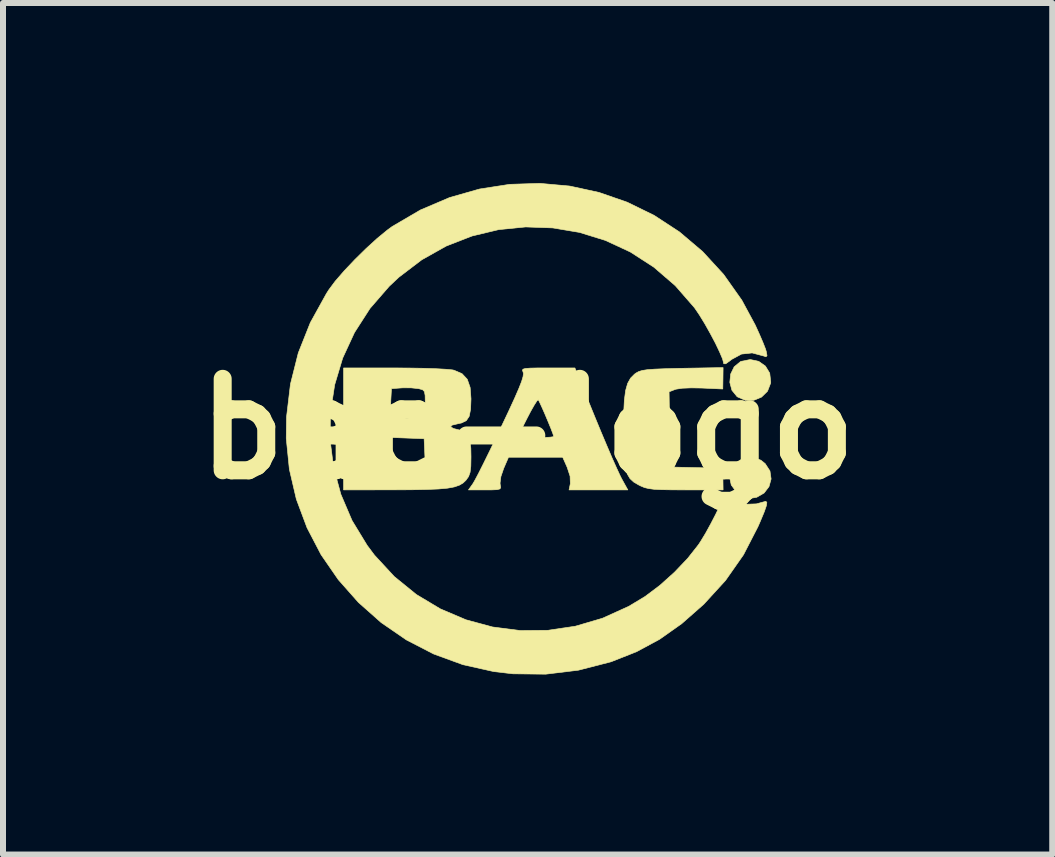
<source format=kicad_pcb>
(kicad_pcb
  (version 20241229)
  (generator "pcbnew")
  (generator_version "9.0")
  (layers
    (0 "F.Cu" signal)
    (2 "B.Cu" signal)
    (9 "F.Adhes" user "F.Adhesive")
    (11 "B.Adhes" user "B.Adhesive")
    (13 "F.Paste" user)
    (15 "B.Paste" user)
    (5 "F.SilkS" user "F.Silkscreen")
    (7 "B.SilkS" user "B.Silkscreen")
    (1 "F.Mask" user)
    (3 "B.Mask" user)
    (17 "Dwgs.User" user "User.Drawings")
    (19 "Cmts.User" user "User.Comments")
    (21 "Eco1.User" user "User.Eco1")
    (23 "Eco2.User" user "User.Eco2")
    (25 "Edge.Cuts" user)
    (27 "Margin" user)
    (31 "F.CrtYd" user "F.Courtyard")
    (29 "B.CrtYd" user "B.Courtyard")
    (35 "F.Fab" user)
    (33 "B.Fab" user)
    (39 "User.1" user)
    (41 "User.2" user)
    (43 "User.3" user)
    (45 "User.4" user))
  (footprint "bac-logo"
    (layer "F.Cu")
    (at 5.74 4.096)
    (property "Reference" "bac-logo" (at 0 0 0) (layer "F.SilkS") (effects (font (size 1.524 1.524) (thickness 0.3))))
    (attr through_hole)
    (fp_poly (pts (xy 3.888 0.522) (xy 3.958 0.578) (xy 4.038 0.701) (xy 4.057 0.834) (xy 4.022 0.961) (xy 3.94 1.068) (xy 3.817 1.139) (xy 3.685 1.161) (xy 3.6 1.137) (xy 3.504 1.077) (xy 3.486 1.061) (xy 3.393 0.934) (xy 3.363 0.794) (xy 3.398 0.656) (xy 3.471 0.561) (xy 3.602 0.483) (xy 3.747 0.471) (xy 3.888 0.522)) (stroke (width 0.01) (type solid)) (fill yes) (layer "F.SilkS"))
    (fp_poly (pts (xy 3.85 -1.126) (xy 3.962 -1.047) (xy 4.034 -0.929) (xy 4.051 -0.781) (xy 4.049 -0.762) (xy 3.997 -0.628) (xy 3.897 -0.53) (xy 3.768 -0.477) (xy 3.628 -0.476) (xy 3.496 -0.534) (xy 3.49 -0.538) (xy 3.404 -0.644) (xy 3.369 -0.776) (xy 3.383 -0.914) (xy 3.442 -1.035) (xy 3.545 -1.12) (xy 3.558 -1.126) (xy 3.71 -1.156) (xy 3.85 -1.126)) (stroke (width 0.01) (type solid)) (fill yes) (layer "F.SilkS"))
    (fp_poly (pts (xy 3.255 -0.843) (xy 3.252 -0.665) (xy 2.905 -0.681) (xy 2.726 -0.684) (xy 2.576 -0.678) (xy 2.473 -0.662) (xy 2.457 -0.657) (xy 2.357 -0.618) (xy 2.367 0.009) (xy 2.377 0.635) (xy 3.252 0.655) (xy 3.257 1.016) (xy 2.634 1.016) (xy 2.404 1.015) (xy 2.233 1.012) (xy 2.109 1.006) (xy 2.018 0.994) (xy 1.948 0.977) (xy 1.885 0.951) (xy 1.851 0.934) (xy 1.769 0.886) (xy 1.707 0.829) (xy 1.662 0.754) (xy 1.632 0.649) (xy 1.613 0.505) (xy 1.603 0.311) (xy 1.6 0.056) (xy 1.599 0.01) (xy 1.601 -0.265) (xy 1.612 -0.478) (xy 1.633 -0.64) (xy 1.667 -0.759) (xy 1.716 -0.847) (xy 1.782 -0.913) (xy 1.808 -0.932) (xy 1.852 -0.956) (xy 1.911 -0.974) (xy 1.996 -0.987) (xy 2.118 -0.996) (xy 2.289 -1.003) (xy 2.518 -1.009) (xy 2.581 -1.01) (xy 3.257 -1.022) (xy 3.255 -0.843)) (stroke (width 0.01) (type solid)) (fill yes) (layer "F.SilkS"))
    (fp_poly (pts (xy 1.124 -0.191) (xy 1.224 0.051) (xy 1.321 0.281) (xy 1.409 0.487) (xy 1.485 0.657) (xy 1.542 0.78) (xy 1.565 0.826) (xy 1.67 1.016) (xy 0.691 1.016) (xy 0.712 0.912) (xy 0.708 0.788) (xy 0.659 0.639) (xy 0.585 0.472) (xy -0.318 0.472) (xy -0.398 0.657) (xy -0.445 0.794) (xy -0.459 0.903) (xy -0.456 0.93) (xy -0.448 0.973) (xy -0.46 0.999) (xy -0.508 1.012) (xy -0.603 1.016) (xy -0.709 1.016) (xy -0.985 1.016) (xy -0.913 0.915) (xy -0.878 0.855) (xy -0.817 0.74) (xy -0.736 0.579) (xy -0.639 0.382) (xy -0.532 0.161) (xy -0.518 0.132) (xy -0.145 0.132) (xy -0.112 0.138) (xy -0.023 0.143) (xy 0.104 0.145) (xy 0.145 0.145) (xy 0.28 0.143) (xy 0.381 0.137) (xy 0.433 0.129) (xy 0.435 0.126) (xy 0.422 0.081) (xy 0.387 -0.011) (xy 0.338 -0.13) (xy 0.285 -0.256) (xy 0.234 -0.371) (xy 0.195 -0.455) (xy 0.177 -0.486) (xy 0.155 -0.466) (xy 0.11 -0.396) (xy 0.052 -0.294) (xy -0.01 -0.175) (xy -0.07 -0.056) (xy -0.116 0.047) (xy -0.142 0.117) (xy -0.145 0.132) (xy -0.518 0.132) (xy -0.44 -0.033) (xy -0.313 -0.301) (xy -0.216 -0.512) (xy -0.146 -0.673) (xy -0.1 -0.79) (xy -0.076 -0.87) (xy -0.069 -0.922) (xy -0.075 -0.948) (xy -0.086 -0.976) (xy -0.077 -0.995) (xy -0.037 -1.007) (xy 0.045 -1.013) (xy 0.179 -1.016) (xy 0.338 -1.016) (xy 0.788 -1.016) (xy 1.124 -0.191)) (stroke (width 0.01) (type solid)) (fill yes) (layer "F.SilkS"))
    (fp_poly (pts (xy -2.213 -1.016) (xy -1.961 -1.014) (xy -1.727 -1.01) (xy -1.523 -1.003) (xy -1.362 -0.994) (xy -1.255 -0.984) (xy -1.226 -0.978) (xy -1.092 -0.92) (xy -1.005 -0.827) (xy -0.957 -0.689) (xy -0.943 -0.501) (xy -0.95 -0.326) (xy -0.973 -0.21) (xy -1.021 -0.138) (xy -1.101 -0.099) (xy -1.162 -0.086) (xy -1.258 -0.063) (xy -1.282 -0.035) (xy -1.235 -0.007) (xy -1.144 0.016) (xy -1.055 0.043) (xy -0.997 0.094) (xy -0.962 0.182) (xy -0.946 0.319) (xy -0.943 0.467) (xy -0.946 0.621) (xy -0.958 0.723) (xy -0.983 0.793) (xy -1.025 0.852) (xy -1.025 0.853) (xy -1.074 0.9) (xy -1.136 0.937) (xy -1.22 0.966) (xy -1.333 0.987) (xy -1.486 1.001) (xy -1.685 1.009) (xy -1.941 1.014) (xy -2.232 1.015) (xy -3.066 1.016) (xy -3.066 0.653) (xy -2.286 0.653) (xy -1.702 0.653) (xy -1.713 0.408) (xy -1.724 0.163) (xy -2.286 0.142) (xy -2.286 0.653) (xy -3.066 0.653) (xy -3.066 -0.357) (xy -2.282 -0.357) (xy -2.277 -0.263) (xy -2.271 -0.231) (xy -2.226 -0.204) (xy -2.132 -0.186) (xy -2.011 -0.18) (xy -1.885 -0.187) (xy -1.787 -0.204) (xy -1.741 -0.225) (xy -1.716 -0.266) (xy -1.707 -0.349) (xy -1.705 -0.438) (xy -1.707 -0.557) (xy -1.719 -0.622) (xy -1.75 -0.653) (xy -1.811 -0.67) (xy -1.824 -0.672) (xy -1.938 -0.684) (xy -2.073 -0.685) (xy -2.105 -0.683) (xy -2.268 -0.671) (xy -2.279 -0.476) (xy -2.282 -0.357) (xy -3.066 -0.357) (xy -3.066 -1.016) (xy -2.213 -1.016)) (stroke (width 0.01) (type solid)) (fill yes) (layer "F.SilkS"))
    (fp_poly (pts (xy 0.703 -4.046) (xy 1.19 -3.94) (xy 1.66 -3.777) (xy 2.108 -3.558) (xy 2.529 -3.283) (xy 2.916 -2.955) (xy 3.265 -2.575) (xy 3.569 -2.145) (xy 3.792 -1.732) (xy 3.862 -1.578) (xy 3.922 -1.438) (xy 3.964 -1.331) (xy 3.976 -1.291) (xy 3.989 -1.22) (xy 3.971 -1.202) (xy 3.933 -1.215) (xy 3.741 -1.266) (xy 3.564 -1.247) (xy 3.399 -1.158) (xy 3.377 -1.14) (xy 3.301 -1.085) (xy 3.268 -1.086) (xy 3.266 -1.097) (xy 3.248 -1.167) (xy 3.199 -1.282) (xy 3.129 -1.429) (xy 3.043 -1.591) (xy 2.952 -1.753) (xy 2.862 -1.9) (xy 2.783 -2.016) (xy 2.781 -2.019) (xy 2.461 -2.386) (xy 2.103 -2.695) (xy 1.713 -2.947) (xy 1.298 -3.14) (xy 0.864 -3.274) (xy 0.418 -3.349) (xy -0.033 -3.365) (xy -0.483 -3.32) (xy -0.926 -3.214) (xy -1.355 -3.047) (xy -1.763 -2.818) (xy -2.144 -2.528) (xy -2.305 -2.377) (xy -2.626 -2.007) (xy -2.884 -1.606) (xy -3.081 -1.18) (xy -3.214 -0.736) (xy -3.284 -0.28) (xy -3.291 0.181) (xy -3.233 0.64) (xy -3.111 1.09) (xy -2.925 1.526) (xy -2.673 1.94) (xy -2.551 2.103) (xy -2.221 2.46) (xy -1.853 2.759) (xy -1.452 2.999) (xy -1.026 3.18) (xy -0.582 3.3) (xy -0.125 3.359) (xy 0.336 3.355) (xy 0.796 3.287) (xy 1.248 3.154) (xy 1.685 2.956) (xy 1.957 2.792) (xy 2.203 2.607) (xy 2.446 2.389) (xy 2.667 2.157) (xy 2.846 1.93) (xy 2.883 1.874) (xy 2.966 1.737) (xy 3.051 1.582) (xy 3.132 1.426) (xy 3.2 1.285) (xy 3.247 1.174) (xy 3.266 1.109) (xy 3.266 1.108) (xy 3.284 1.058) (xy 3.324 1.065) (xy 3.352 1.108) (xy 3.414 1.179) (xy 3.526 1.229) (xy 3.665 1.254) (xy 3.811 1.249) (xy 3.928 1.217) (xy 3.969 1.206) (xy 3.986 1.225) (xy 3.978 1.28) (xy 3.943 1.381) (xy 3.879 1.535) (xy 3.838 1.629) (xy 3.597 2.097) (xy 3.298 2.524) (xy 2.938 2.918) (xy 2.934 2.922) (xy 2.567 3.245) (xy 2.199 3.505) (xy 1.815 3.712) (xy 1.4 3.876) (xy 1.382 3.882) (xy 0.845 4.02) (xy 0.302 4.086) (xy -0.244 4.08) (xy -0.562 4.043) (xy -1.077 3.928) (xy -1.565 3.75) (xy -2.02 3.515) (xy -2.44 3.226) (xy -2.819 2.89) (xy -3.154 2.511) (xy -3.441 2.095) (xy -3.675 1.646) (xy -3.853 1.17) (xy -3.969 0.672) (xy -4.021 0.157) (xy -4.016 -0.2) (xy -3.951 -0.746) (xy -3.82 -1.267) (xy -3.62 -1.77) (xy -3.35 -2.258) (xy -3.312 -2.317) (xy -3.206 -2.46) (xy -3.057 -2.632) (xy -2.88 -2.819) (xy -2.692 -3.004) (xy -2.506 -3.174) (xy -2.338 -3.312) (xy -2.255 -3.373) (xy -1.785 -3.648) (xy -1.299 -3.855) (xy -0.801 -3.997) (xy -0.298 -4.075) (xy 0.205 -4.091) (xy 0.703 -4.046)) (stroke (width 0.01) (type solid)) (fill yes) (layer "F.SilkS")))
  (gr_rect
    (start -3 -3)
    (end 14.481 11.187)
    (stroke (width 0.1) (type default))
    (fill no)
    (layer "Edge.Cuts")))
</source>
